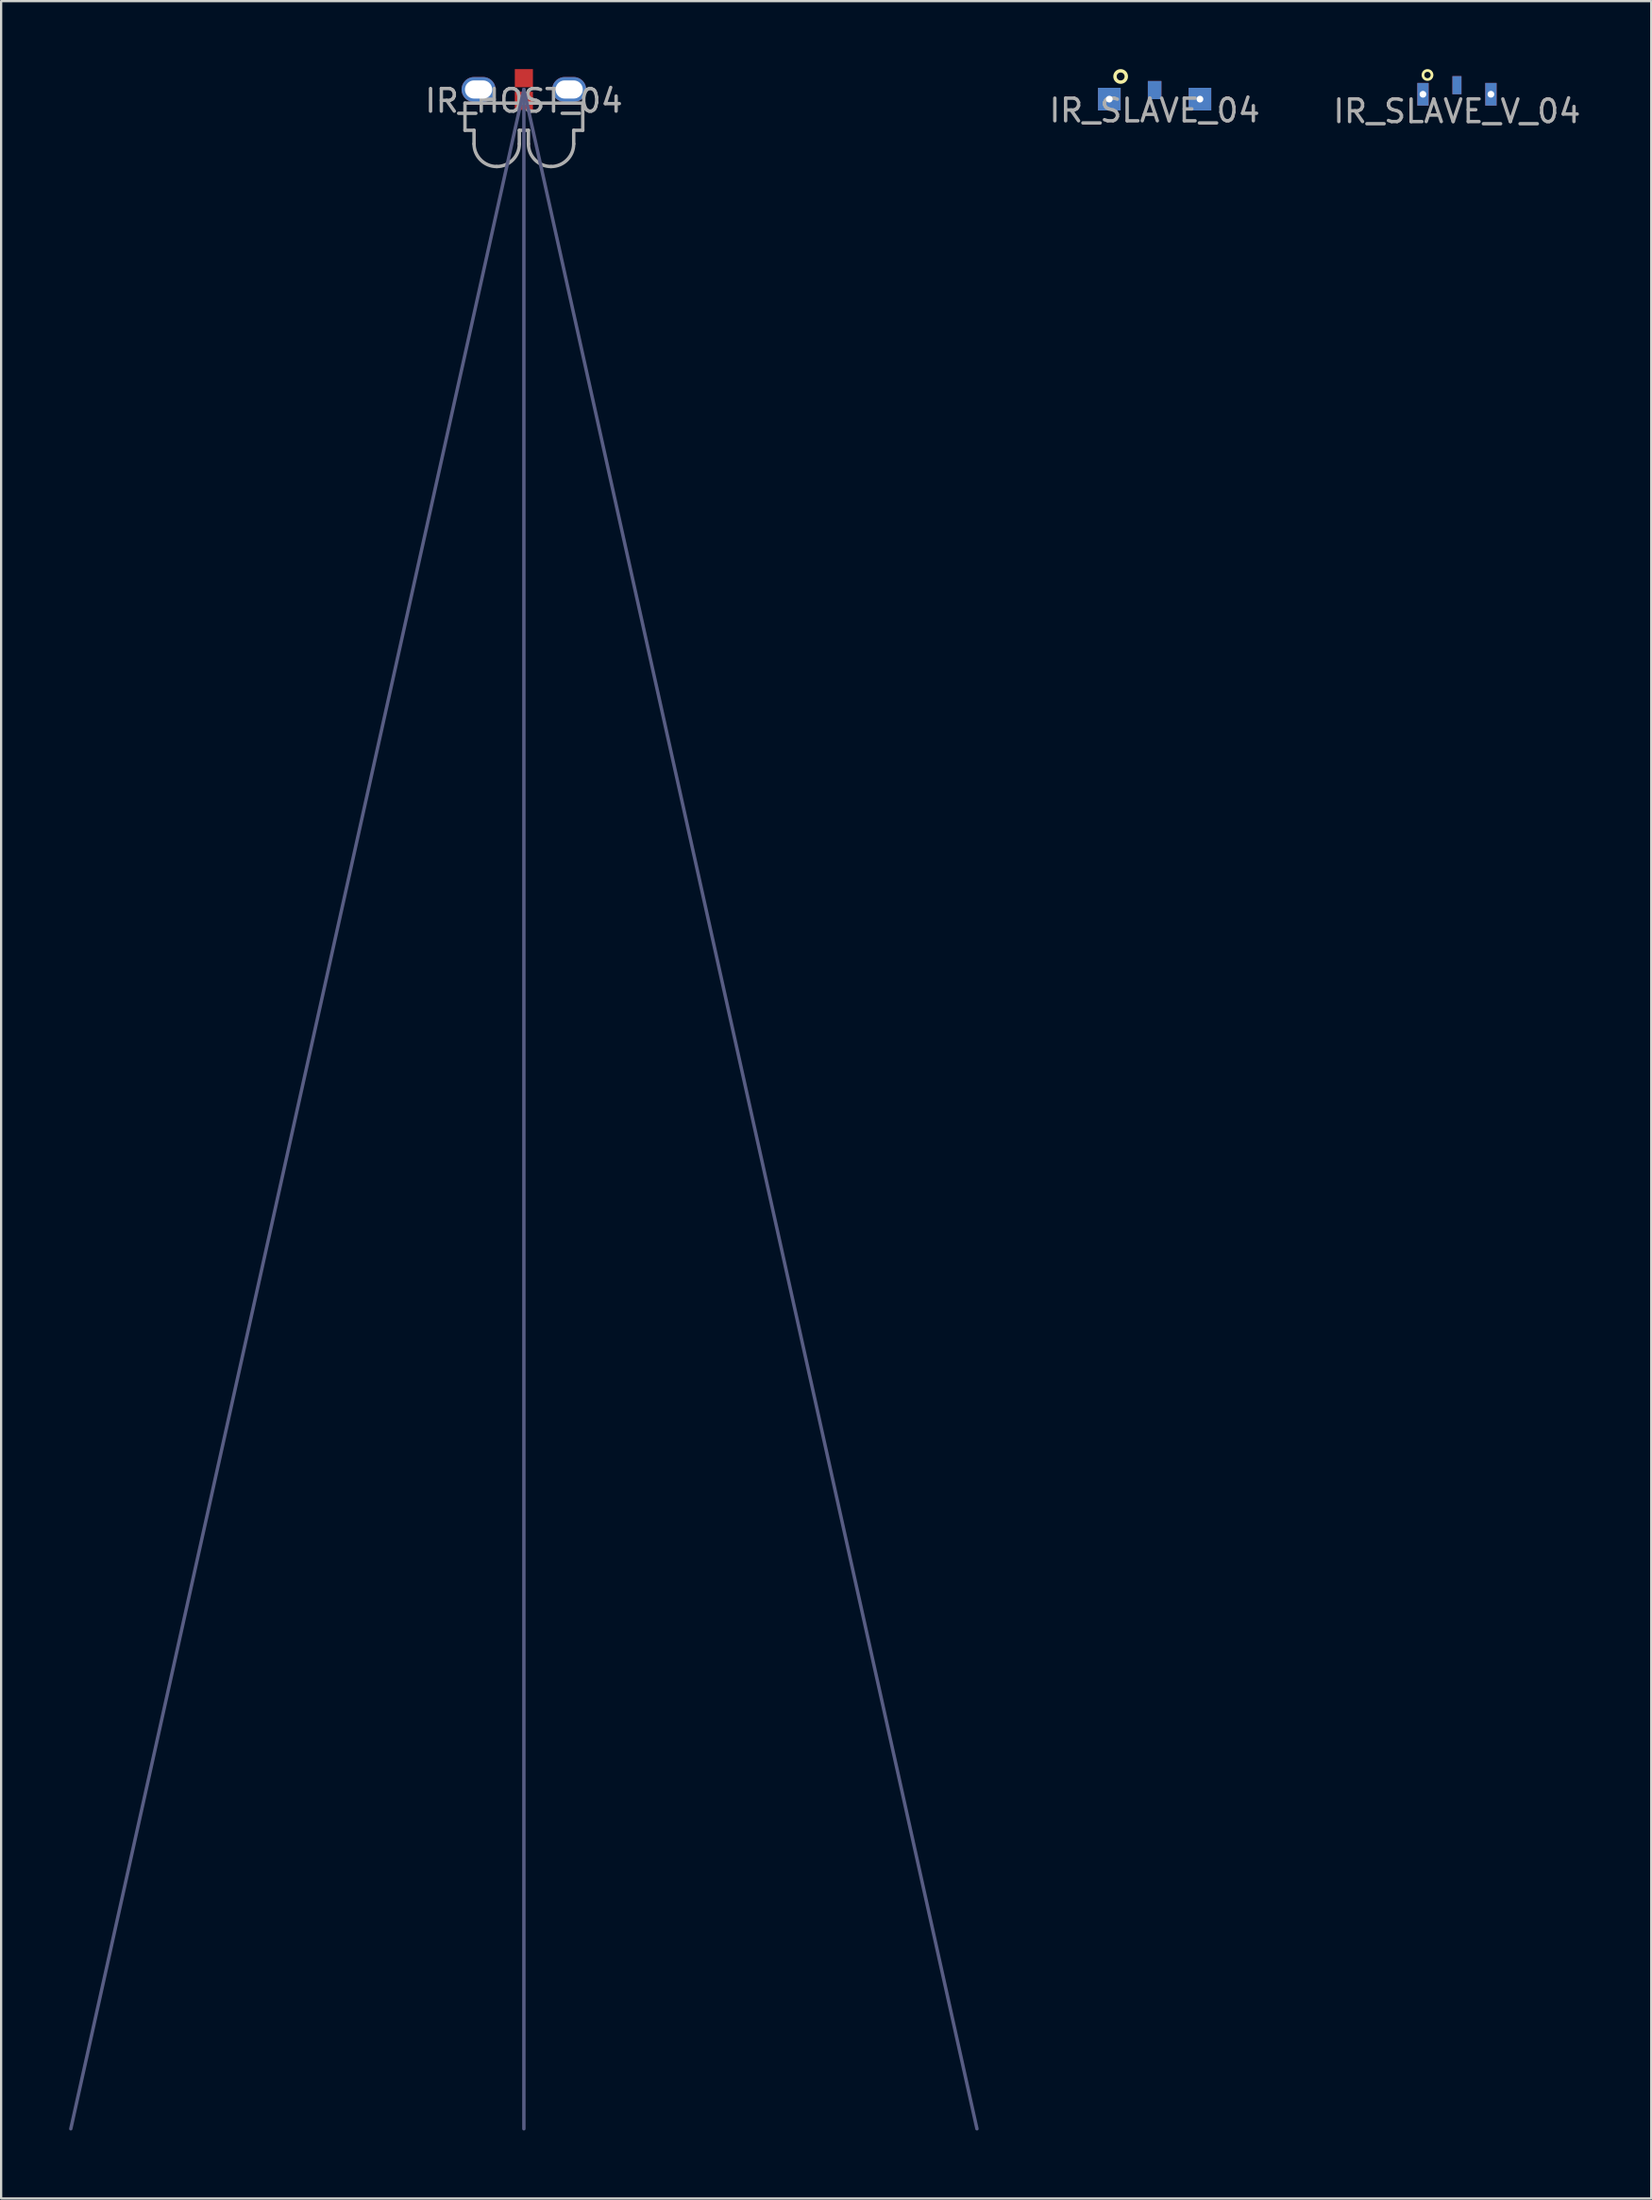
<source format=kicad_pcb>
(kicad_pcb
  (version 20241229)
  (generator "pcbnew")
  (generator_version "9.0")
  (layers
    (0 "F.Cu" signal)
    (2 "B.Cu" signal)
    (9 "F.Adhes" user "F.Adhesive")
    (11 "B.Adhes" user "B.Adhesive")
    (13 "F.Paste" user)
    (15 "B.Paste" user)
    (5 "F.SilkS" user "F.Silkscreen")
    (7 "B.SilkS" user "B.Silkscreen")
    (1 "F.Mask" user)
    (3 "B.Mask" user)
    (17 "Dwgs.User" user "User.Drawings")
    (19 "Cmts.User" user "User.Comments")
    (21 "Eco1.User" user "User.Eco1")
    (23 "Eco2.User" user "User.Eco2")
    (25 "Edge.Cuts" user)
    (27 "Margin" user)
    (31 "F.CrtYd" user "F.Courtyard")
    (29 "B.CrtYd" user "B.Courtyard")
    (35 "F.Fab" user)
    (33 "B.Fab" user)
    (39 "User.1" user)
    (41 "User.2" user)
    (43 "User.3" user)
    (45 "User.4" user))
  (footprint "IR_HOST_04"
    (layer "F.Cu")
    (at 20.075 0.9)
    (property "Reference" "IR_HOST_04" (at 0 0.5 180) (layer "F.Fab") (effects (font (size 1 1) (thickness 0.15))))
    (attr through_hole)
    (fp_line (start 0 0) (end -20 90) (stroke (width 0.15) (type solid)) (layer "B.Fab"))
    (fp_line (start 0 0) (end 0 90) (stroke (width 0.15) (type solid)) (layer "B.Fab"))
    (fp_line (start 20 90) (end 0 0) (stroke (width 0.15) (type solid)) (layer "B.Fab"))
    (fp_line (start -2.6 0.6) (end -2.6 1.8) (stroke (width 0.15) (type solid)) (layer "F.Fab"))
    (fp_line (start -2.6 1.8) (end -2.2 1.8) (stroke (width 0.15) (type solid)) (layer "F.Fab"))
    (fp_line (start -2.2 1.8) (end -2.2 2.4) (stroke (width 0.15) (type solid)) (layer "F.Fab"))
    (fp_line (start -0.2 1.8) (end 0.2 1.8) (stroke (width 0.15) (type solid)) (layer "F.Fab"))
    (fp_line (start -0.2 2.4) (end -0.2 1.8) (stroke (width 0.15) (type solid)) (layer "F.Fab"))
    (fp_line (start 0.2 1.8) (end 0.2 2.4) (stroke (width 0.15) (type solid)) (layer "F.Fab"))
    (fp_line (start 2.2 1.8) (end 2.6 1.8) (stroke (width 0.15) (type solid)) (layer "F.Fab"))
    (fp_line (start 2.2 2.4) (end 2.2 1.8) (stroke (width 0.15) (type solid)) (layer "F.Fab"))
    (fp_line (start 2.6 0.6) (end -2.6 0.6) (stroke (width 0.15) (type solid)) (layer "F.Fab"))
    (fp_line (start 2.6 1.8) (end 2.6 0.6) (stroke (width 0.15) (type solid)) (layer "F.Fab"))
    (fp_arc (start -1.2 3.4) (mid -1.907107 3.107107) (end -2.2 2.4) (stroke (width 0.15) (type solid)) (layer "F.Fab"))
    (fp_arc (start -0.2 2.4) (mid -0.492893 3.107107) (end -1.2 3.4) (stroke (width 0.15) (type solid)) (layer "F.Fab"))
    (fp_arc (start 1.2 3.4) (mid 0.492893 3.107107) (end 0.2 2.4) (stroke (width 0.15) (type solid)) (layer "F.Fab"))
    (fp_arc (start 2.2 2.4) (mid 1.907107 3.107107) (end 1.2 3.4) (stroke (width 0.15) (type solid)) (layer "F.Fab"))
    (pad "1" thru_hole oval (at -2 0) (size 1.5 1.1) (drill oval 1.2 0.8) (layers "*.Cu" "*.Mask"))
    (pad "2" smd rect (at 0 0.5) (size 0.8 0.8) (layers "F.Cu" "F.Mask" "F.Paste"))
    (pad "3" smd rect (at 0 -0.5) (size 0.8 0.8) (layers "F.Cu" "F.Mask" "F.Paste"))
    (pad "4" thru_hole oval (at 2 0) (size 1.5 1.1) (drill oval 1.2 0.8) (layers "*.Cu" "*.Mask")))
  (footprint "IR_SLAVE_V_04"
    (layer "F.Cu")
    (at 61.263 1.36)
    (property "Reference" "IR_SLAVE_V_04" (at 0 0.5 0) (layer "F.Fab") (effects (font (size 1 1) (thickness 0.15))))
    (attr through_hole)
    (fp_circle (center -1.3 -1.1) (end -1.5 -1.1) (stroke (width 0.12) (type solid)) (fill no) (layer "F.SilkS"))
    (pad "1" thru_hole rect (at 1.5 -0.25) (size 0.5 1) (drill 0.3) (layers "*.Cu" "*.Mask"))
    (pad "2" smd rect (at 0 -0.65) (size 0.4 0.8) (layers "B.Cu" "B.Mask" "B.Paste"))
    (pad "3" smd rect (at 0 -0.65) (size 0.4 0.8) (layers "F.Cu" "F.Mask" "F.Paste"))
    (pad "4" thru_hole rect (at -1.5 -0.25) (size 0.5 1) (drill 0.3) (layers "*.Cu" "*.Mask")))
  (footprint "IR_SLAVE_04"
    (layer "F.Cu")
    (at 47.918 1.325)
    (property "Reference" "IR_SLAVE_04" (at 0 0.5 0) (layer "F.Fab") (effects (font (size 1 1) (thickness 0.15))))
    (attr through_hole)
    (fp_circle (center -1.5 -1) (end -1.25 -1) (stroke (width 0.15) (type solid)) (fill no) (layer "F.SilkS"))
    (pad "1" thru_hole rect (at -2 0) (size 1 1) (drill 0.3) (layers "*.Cu" "*.Mask"))
    (pad "2" smd rect (at 0 -0.4) (size 0.6 0.8) (layers "F.Cu" "F.Mask" "F.Paste"))
    (pad "3" smd rect (at 0 -0.4) (size 0.6 0.8) (layers "B.Cu" "B.Mask" "B.Paste"))
    (pad "4" thru_hole rect (at 2 0) (size 1 1) (drill 0.3) (layers "*.Cu" "*.Mask")))
  (gr_rect
    (start -3 -3)
    (end 69.84 93.975)
    (stroke (width 0.1) (type default))
    (fill no)
    (layer "Edge.Cuts")))
</source>
